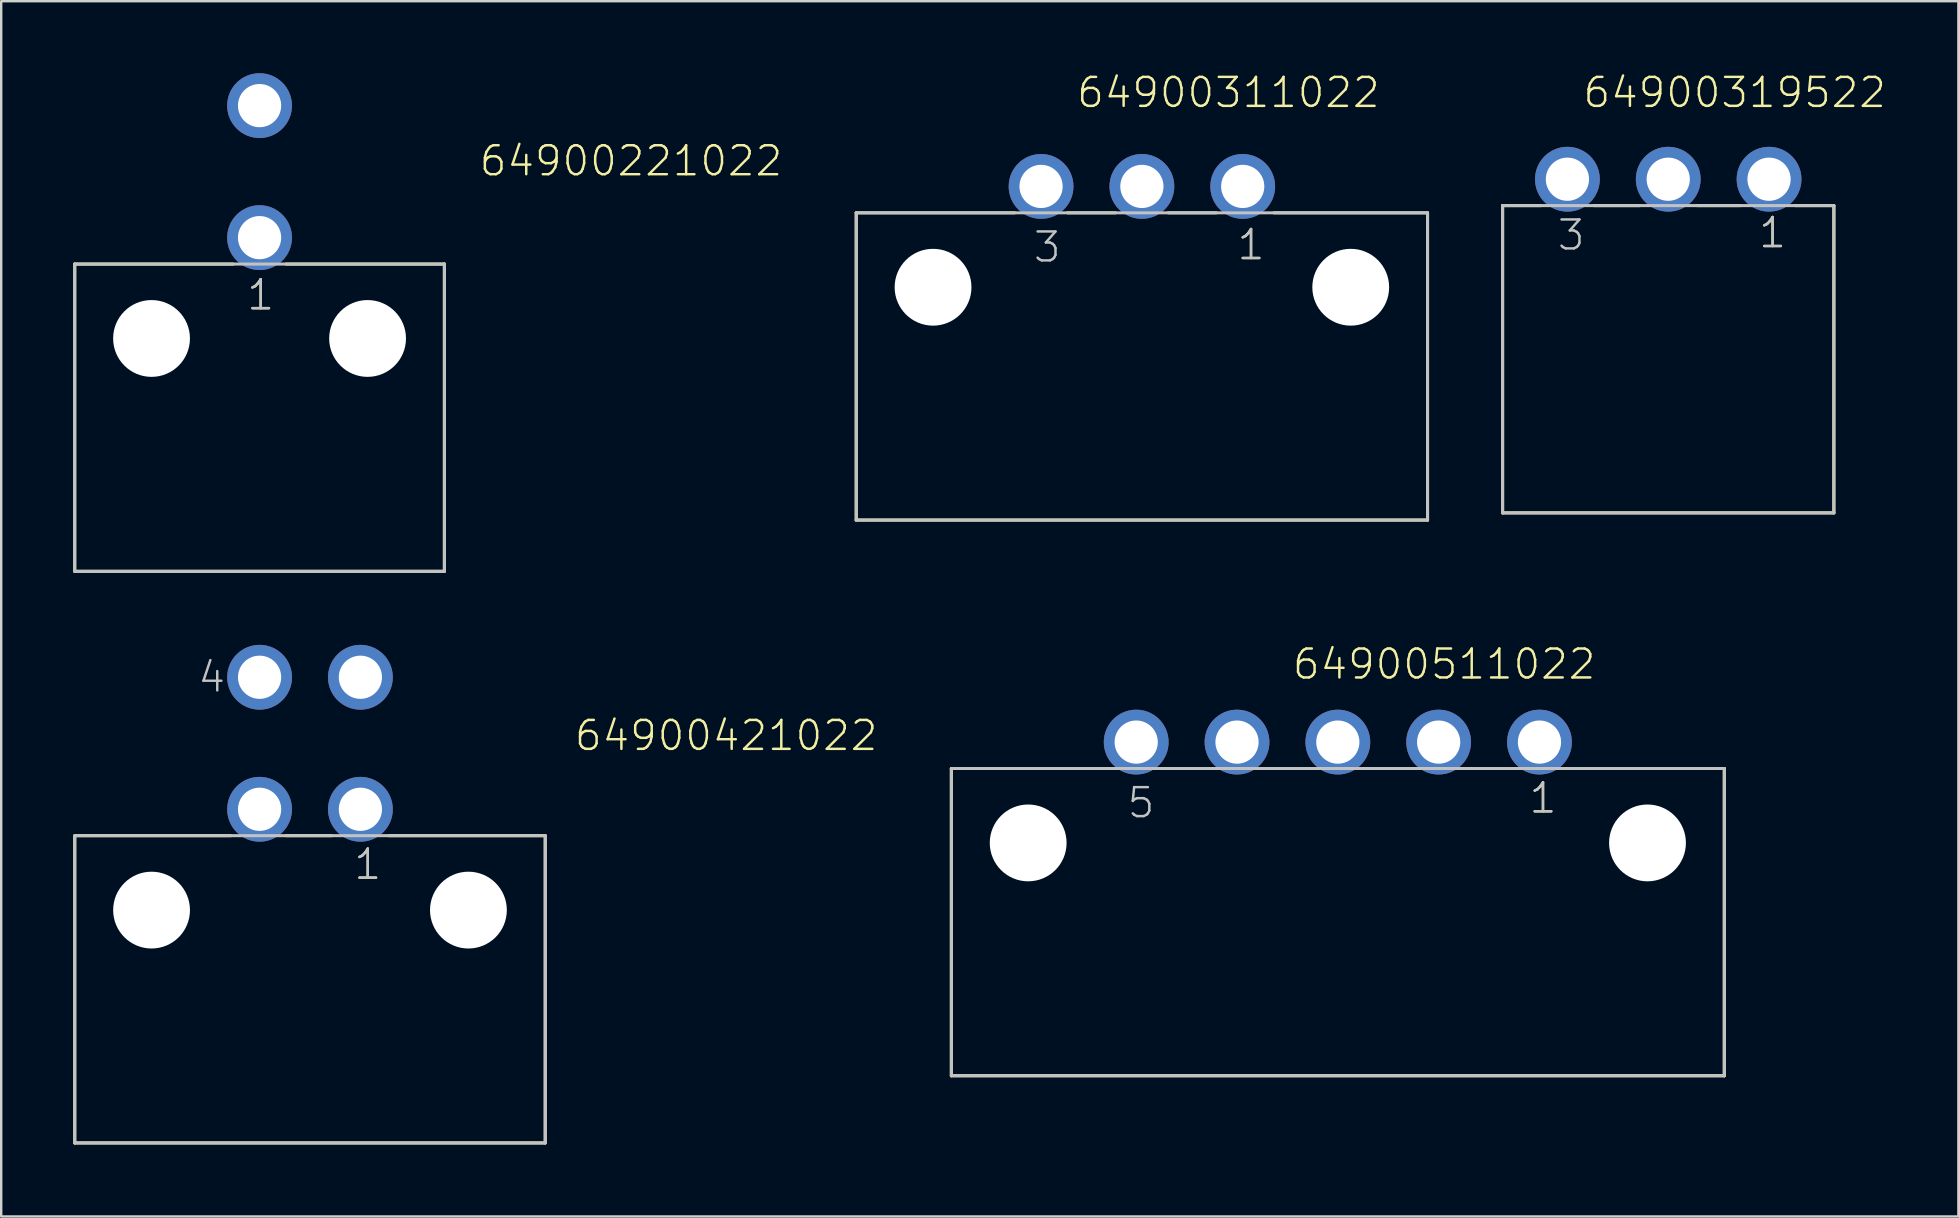
<source format=kicad_pcb>
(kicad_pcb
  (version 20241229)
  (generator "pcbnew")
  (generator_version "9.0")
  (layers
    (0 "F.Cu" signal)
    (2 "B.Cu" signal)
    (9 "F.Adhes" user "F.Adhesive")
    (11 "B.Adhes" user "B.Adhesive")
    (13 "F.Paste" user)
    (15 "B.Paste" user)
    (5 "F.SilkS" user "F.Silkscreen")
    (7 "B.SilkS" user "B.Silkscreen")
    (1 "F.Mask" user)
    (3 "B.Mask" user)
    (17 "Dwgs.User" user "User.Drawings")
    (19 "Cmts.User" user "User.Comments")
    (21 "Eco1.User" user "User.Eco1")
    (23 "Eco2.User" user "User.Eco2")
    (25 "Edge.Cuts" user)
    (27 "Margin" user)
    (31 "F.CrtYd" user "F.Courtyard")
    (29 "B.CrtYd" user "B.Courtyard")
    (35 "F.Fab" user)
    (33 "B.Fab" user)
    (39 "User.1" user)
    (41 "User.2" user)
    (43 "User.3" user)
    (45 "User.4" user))
  (footprint "64900221022"
    (layer "F.Cu")
    (at 7.763 11.05)
    (property "Reference" "64900221022" (at 9.09 -6.69 0) (layer "F.SilkS") (effects (font (size 1.206 1.206) (thickness 0.102)) (justify left bottom)))
    (attr through_hole)
    (fp_line (start -7.7 -3.1) (end -1.1 -3.1) (stroke (width 0.127) (type solid)) (layer "F.SilkS"))
    (fp_line (start -7.7 9.7) (end -7.7 -3.1) (stroke (width 0.127) (type solid)) (layer "F.SilkS"))
    (fp_line (start 1.1 -3.1) (end 7.7 -3.1) (stroke (width 0.127) (type solid)) (layer "F.SilkS"))
    (fp_line (start 7.7 -3.1) (end 7.7 9.7) (stroke (width 0.127) (type solid)) (layer "F.SilkS"))
    (fp_line (start 7.7 9.7) (end -7.7 9.7) (stroke (width 0.127) (type solid)) (layer "F.SilkS"))
    (fp_line (start -7.7 -3.1) (end 7.7 -3.1) (stroke (width 0.127) (type solid)) (layer "Dwgs.User"))
    (fp_line (start -7.7 9.7) (end -7.7 -3.1) (stroke (width 0.127) (type solid)) (layer "Dwgs.User"))
    (fp_line (start 7.7 -3.1) (end 7.7 9.7) (stroke (width 0.127) (type solid)) (layer "Dwgs.User"))
    (fp_line (start 7.7 9.7) (end -7.7 9.7) (stroke (width 0.127) (type solid)) (layer "Dwgs.User"))
    (fp_text user "1" (at -0.595 -1.11 0) (layer "F.SilkS") (effects (font (size 1.206 1.206) (thickness 0.102)) (justify left bottom)))
    (fp_text user "1" (at -0.595 -1.11 0) (layer "Dwgs.User") (effects (font (size 1.206 1.206) (thickness 0.102)) (justify left bottom)))
    (pad "" np_thru_hole circle (at -4.5 0) (size 3.2 3.2) (drill 3.2) (layers "*.Cu"))
    (pad "" np_thru_hole circle (at 4.5 0) (size 3.2 3.2) (drill 3.2) (layers "*.Cu"))
    (pad "1" thru_hole circle (at 0 -4.2) (size 2.7 2.7) (drill 1.8) (layers "*.Cu" "*.Mask"))
    (pad "2" thru_hole circle (at 0 -9.7) (size 2.7 2.7) (drill 1.8) (layers "*.Cu" "*.Mask")))
  (footprint "64900311022"
    (layer "F.Cu")
    (at 44.52 8.916)
    (property "Reference" "64900311022" (at -2.78 -7.405 0) (layer "F.SilkS") (effects (font (size 1.206 1.206) (thickness 0.102)) (justify left bottom)))
    (attr through_hole)
    (fp_line (start -11.9 -3.1) (end -5.3 -3.1) (stroke (width 0.127) (type solid)) (layer "F.SilkS"))
    (fp_line (start -11.9 9.7) (end -11.9 -3.1) (stroke (width 0.127) (type solid)) (layer "F.SilkS"))
    (fp_line (start -3.1 -3.1) (end -1.1 -3.1) (stroke (width 0.127) (type solid)) (layer "F.SilkS"))
    (fp_line (start 1.1 -3.1) (end 3.1 -3.1) (stroke (width 0.127) (type solid)) (layer "F.SilkS"))
    (fp_line (start 5.5 -3.1) (end 11.9 -3.1) (stroke (width 0.127) (type solid)) (layer "F.SilkS"))
    (fp_line (start 11.9 -3.1) (end 11.9 9.7) (stroke (width 0.127) (type solid)) (layer "F.SilkS"))
    (fp_line (start 11.9 9.7) (end -11.9 9.7) (stroke (width 0.127) (type solid)) (layer "F.SilkS"))
    (fp_line (start -11.9 -3.1) (end 11.9 -3.1) (stroke (width 0.127) (type solid)) (layer "Dwgs.User"))
    (fp_line (start -11.9 9.7) (end -11.9 -3.1) (stroke (width 0.127) (type solid)) (layer "Dwgs.User"))
    (fp_line (start 11.9 -3.1) (end 11.9 9.7) (stroke (width 0.127) (type solid)) (layer "Dwgs.User"))
    (fp_line (start 11.9 9.7) (end -11.9 9.7) (stroke (width 0.127) (type solid)) (layer "Dwgs.User"))
    (fp_text user "1" (at 3.905 -1.065 0) (layer "F.SilkS") (effects (font (size 1.206 1.206) (thickness 0.102)) (justify left bottom)))
    (fp_text user "1" (at 3.905 -1.065 0) (layer "Dwgs.User") (effects (font (size 1.206 1.206) (thickness 0.102)) (justify left bottom)))
    (fp_text user "3" (at -4.585 -0.965 0) (layer "Dwgs.User") (effects (font (size 1.206 1.206) (thickness 0.102)) (justify left bottom)))
    (pad "" np_thru_hole circle (at -8.7 0) (size 3.2 3.2) (drill 3.2) (layers "*.Cu"))
    (pad "" np_thru_hole circle (at 8.7 0) (size 3.2 3.2) (drill 3.2) (layers "*.Cu"))
    (pad "1" thru_hole circle (at 4.2 -4.2) (size 2.7 2.7) (drill 1.8) (layers "*.Cu" "*.Mask"))
    (pad "2" thru_hole circle (at 0 -4.2) (size 2.7 2.7) (drill 1.8) (layers "*.Cu" "*.Mask"))
    (pad "3" thru_hole circle (at -4.2 -4.2) (size 2.7 2.7) (drill 1.8) (layers "*.Cu" "*.Mask")))
  (footprint "64900319522"
    (layer "F.Cu")
    (at 66.447 4.416)
    (property "Reference" "64900319522" (at -3.615 -2.905 0) (layer "F.SilkS") (effects (font (size 1.206 1.206) (thickness 0.102)) (justify left bottom)))
    (attr through_hole)
    (fp_line (start -6.9 1.1) (end -5.3 1.1) (stroke (width 0.127) (type solid)) (layer "F.SilkS"))
    (fp_line (start -6.9 13.9) (end -6.9 1.1) (stroke (width 0.127) (type solid)) (layer "F.SilkS"))
    (fp_line (start -3.1 1.1) (end -1.2 1.1) (stroke (width 0.127) (type solid)) (layer "F.SilkS"))
    (fp_line (start 1.2 1.1) (end 3 1.1) (stroke (width 0.127) (type solid)) (layer "F.SilkS"))
    (fp_line (start 5.3 1.1) (end 6.9 1.1) (stroke (width 0.127) (type solid)) (layer "F.SilkS"))
    (fp_line (start 6.9 1.1) (end 6.9 13.9) (stroke (width 0.127) (type solid)) (layer "F.SilkS"))
    (fp_line (start 6.9 13.9) (end -6.9 13.9) (stroke (width 0.127) (type solid)) (layer "F.SilkS"))
    (fp_line (start -6.9 1.1) (end 6.9 1.1) (stroke (width 0.127) (type solid)) (layer "Dwgs.User"))
    (fp_line (start -6.9 13.9) (end -6.9 1.1) (stroke (width 0.127) (type solid)) (layer "Dwgs.User"))
    (fp_line (start 6.9 1.1) (end 6.9 13.9) (stroke (width 0.127) (type solid)) (layer "Dwgs.User"))
    (fp_line (start 6.9 13.9) (end -6.9 13.9) (stroke (width 0.127) (type solid)) (layer "Dwgs.User"))
    (fp_text user "1" (at 3.705 2.935 0) (layer "F.SilkS") (effects (font (size 1.206 1.206) (thickness 0.102)) (justify left bottom)))
    (fp_text user "1" (at 3.705 2.935 0) (layer "Dwgs.User") (effects (font (size 1.206 1.206) (thickness 0.102)) (justify left bottom)))
    (fp_text user "3" (at -4.685 3.035 0) (layer "Dwgs.User") (effects (font (size 1.206 1.206) (thickness 0.102)) (justify left bottom)))
    (pad "1" thru_hole circle (at 4.2 0) (size 2.7 2.7) (drill 1.8) (layers "*.Cu" "*.Mask"))
    (pad "2" thru_hole circle (at 0 0) (size 2.7 2.7) (drill 1.8) (layers "*.Cu" "*.Mask"))
    (pad "3" thru_hole circle (at -4.2 0) (size 2.7 2.7) (drill 1.8) (layers "*.Cu" "*.Mask")))
  (footprint "64900511022"
    (layer "F.Cu")
    (at 52.683 32.065)
    (property "Reference" "64900511022" (at -1.955 -6.74 0) (layer "F.SilkS") (effects (font (size 1.206 1.206) (thickness 0.102)) (justify left bottom)))
    (attr through_hole)
    (fp_line (start -16.1 -3.1) (end -9.4 -3.1) (stroke (width 0.127) (type solid)) (layer "F.SilkS"))
    (fp_line (start -16.1 9.7) (end -16.1 -3.1) (stroke (width 0.127) (type solid)) (layer "F.SilkS"))
    (fp_line (start -7.4 -3.1) (end -5.3 -3.1) (stroke (width 0.127) (type solid)) (layer "F.SilkS"))
    (fp_line (start -3.2 -3.1) (end -1.1 -3.1) (stroke (width 0.127) (type solid)) (layer "F.SilkS"))
    (fp_line (start 1.1 -3.1) (end 3.1 -3.1) (stroke (width 0.127) (type solid)) (layer "F.SilkS"))
    (fp_line (start 5.3 -3.1) (end 7.3 -3.1) (stroke (width 0.127) (type solid)) (layer "F.SilkS"))
    (fp_line (start 9.6 -3.1) (end 16.1 -3.1) (stroke (width 0.127) (type solid)) (layer "F.SilkS"))
    (fp_line (start 16.1 -3.1) (end 16.1 9.7) (stroke (width 0.127) (type solid)) (layer "F.SilkS"))
    (fp_line (start 16.1 9.7) (end -16.1 9.7) (stroke (width 0.127) (type solid)) (layer "F.SilkS"))
    (fp_line (start -16.1 -3.1) (end 16.1 -3.1) (stroke (width 0.127) (type solid)) (layer "Dwgs.User"))
    (fp_line (start -16.1 9.7) (end -16.1 -3.1) (stroke (width 0.127) (type solid)) (layer "Dwgs.User"))
    (fp_line (start 16.1 -3.1) (end 16.1 9.7) (stroke (width 0.127) (type solid)) (layer "Dwgs.User"))
    (fp_line (start 16.1 9.7) (end -16.1 9.7) (stroke (width 0.127) (type solid)) (layer "Dwgs.User"))
    (fp_text user "1" (at 7.905 -1.165 0) (layer "F.SilkS") (effects (font (size 1.206 1.206) (thickness 0.102)) (justify left bottom)))
    (fp_text user "5" (at -8.84 -0.965 0) (layer "Dwgs.User") (effects (font (size 1.206 1.206) (thickness 0.102)) (justify left bottom)))
    (fp_text user "1" (at 7.905 -1.165 0) (layer "Dwgs.User") (effects (font (size 1.206 1.206) (thickness 0.102)) (justify left bottom)))
    (pad "" np_thru_hole circle (at -12.9 0) (size 3.2 3.2) (drill 3.2) (layers "*.Cu"))
    (pad "" np_thru_hole circle (at 12.9 0) (size 3.2 3.2) (drill 3.2) (layers "*.Cu"))
    (pad "1" thru_hole circle (at 8.4 -4.2) (size 2.7 2.7) (drill 1.8) (layers "*.Cu" "*.Mask"))
    (pad "2" thru_hole circle (at 4.2 -4.2) (size 2.7 2.7) (drill 1.8) (layers "*.Cu" "*.Mask"))
    (pad "3" thru_hole circle (at 0 -4.2) (size 2.7 2.7) (drill 1.8) (layers "*.Cu" "*.Mask"))
    (pad "4" thru_hole circle (at -4.2 -4.2) (size 2.7 2.7) (drill 1.8) (layers "*.Cu" "*.Mask"))
    (pad "5" thru_hole circle (at -8.4 -4.2) (size 2.7 2.7) (drill 1.8) (layers "*.Cu" "*.Mask")))
  (footprint "64900421022"
    (layer "F.Cu")
    (at 9.864 34.864)
    (property "Reference" "64900421022" (at 10.953 -6.565 0) (layer "F.SilkS") (effects (font (size 1.206 1.206) (thickness 0.102)) (justify left bottom)))
    (attr through_hole)
    (fp_line (start -9.8 9.7) (end -9.8 -3.1) (stroke (width 0.127) (type solid)) (layer "F.SilkS"))
    (fp_line (start -9.75 -3.1) (end -3.3 -3.1) (stroke (width 0.127) (type solid)) (layer "F.SilkS"))
    (fp_line (start -1 -3.1) (end 0.9 -3.1) (stroke (width 0.127) (type solid)) (layer "F.SilkS"))
    (fp_line (start 3.3 -3.1) (end 9.8 -3.1) (stroke (width 0.127) (type solid)) (layer "F.SilkS"))
    (fp_line (start 9.8 -3.1) (end 9.8 9.7) (stroke (width 0.127) (type solid)) (layer "F.SilkS"))
    (fp_line (start 9.8 9.7) (end -9.8 9.7) (stroke (width 0.127) (type solid)) (layer "F.SilkS"))
    (fp_line (start -9.8 -3.1) (end 9.8 -3.1) (stroke (width 0.127) (type solid)) (layer "Dwgs.User"))
    (fp_line (start -9.8 9.7) (end -9.8 -3.1) (stroke (width 0.127) (type solid)) (layer "Dwgs.User"))
    (fp_line (start 9.8 -3.1) (end 9.8 9.7) (stroke (width 0.127) (type solid)) (layer "Dwgs.User"))
    (fp_line (start 9.8 9.7) (end -9.8 9.7) (stroke (width 0.127) (type solid)) (layer "Dwgs.User"))
    (fp_text user "1" (at 1.765 -1.2 0) (layer "F.SilkS") (effects (font (size 1.206 1.206) (thickness 0.102)) (justify left bottom)))
    (fp_text user "4" (at -4.735 -9 0) (layer "Dwgs.User") (effects (font (size 1.206 1.206) (thickness 0.102)) (justify left bottom)))
    (fp_text user "1" (at 1.765 -1.2 0) (layer "Dwgs.User") (effects (font (size 1.206 1.206) (thickness 0.102)) (justify left bottom)))
    (pad "" np_thru_hole circle (at -6.6 0) (size 3.2 3.2) (drill 3.2) (layers "*.Cu"))
    (pad "" np_thru_hole circle (at 6.6 0) (size 3.2 3.2) (drill 3.2) (layers "*.Cu"))
    (pad "1" thru_hole circle (at 2.1 -4.2) (size 2.7 2.7) (drill 1.8) (layers "*.Cu" "*.Mask"))
    (pad "2" thru_hole circle (at -2.1 -4.2) (size 2.7 2.7) (drill 1.8) (layers "*.Cu" "*.Mask"))
    (pad "3" thru_hole circle (at 2.1 -9.7) (size 2.7 2.7) (drill 1.8) (layers "*.Cu" "*.Mask"))
    (pad "4" thru_hole circle (at -2.1 -9.7) (size 2.7 2.7) (drill 1.8) (layers "*.Cu" "*.Mask")))
  (gr_rect
    (start -3 -3)
    (end 78.535 47.627)
    (stroke (width 0.1) (type default))
    (fill no)
    (layer "Edge.Cuts")))
</source>
